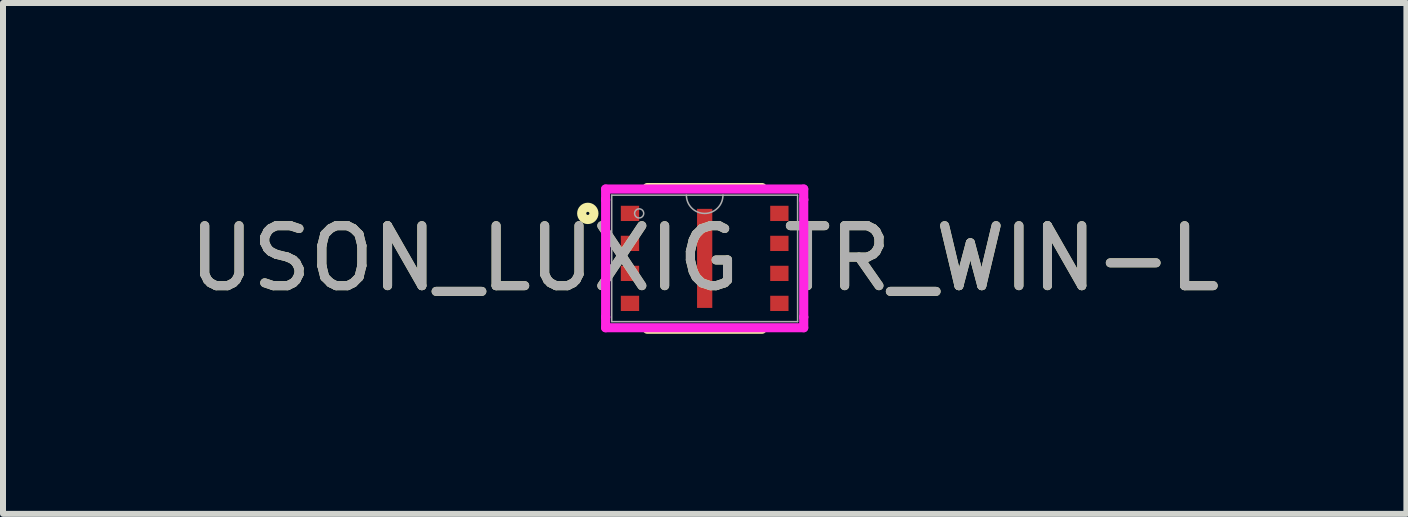
<source format=kicad_pcb>
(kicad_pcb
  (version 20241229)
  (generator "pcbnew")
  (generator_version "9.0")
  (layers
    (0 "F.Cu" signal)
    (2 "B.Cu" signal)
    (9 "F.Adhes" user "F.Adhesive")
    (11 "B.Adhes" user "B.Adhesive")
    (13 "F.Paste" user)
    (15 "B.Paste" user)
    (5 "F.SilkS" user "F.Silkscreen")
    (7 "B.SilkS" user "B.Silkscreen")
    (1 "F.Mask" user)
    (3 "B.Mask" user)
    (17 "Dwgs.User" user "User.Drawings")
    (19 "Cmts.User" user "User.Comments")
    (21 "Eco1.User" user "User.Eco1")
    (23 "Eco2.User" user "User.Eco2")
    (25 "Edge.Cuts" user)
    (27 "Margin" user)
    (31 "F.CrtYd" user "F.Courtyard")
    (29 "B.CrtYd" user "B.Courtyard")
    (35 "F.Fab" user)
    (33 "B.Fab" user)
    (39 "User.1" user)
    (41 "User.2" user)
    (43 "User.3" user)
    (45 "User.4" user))
  (footprint "USON_LUXIG TR_WIN-L"
    (layer "F.Cu")
    (at 8.696 1.257)
    (property "Reference" "USON_LUXIG TR_WIN-L" (at 0 0 0) (unlocked yes) (layer "F.SilkS") (effects (font (size 1 1) (thickness 0.15))))
    (attr smd)
    (fp_line (start -0.957 1.181) (end 0.957 1.181) (stroke (width 0.152) (type solid)) (layer "F.SilkS"))
    (fp_line (start 0.957 -1.181) (end -0.957 -1.181) (stroke (width 0.152) (type solid)) (layer "F.SilkS"))
    (fp_circle (center -1.948 -0.75) (end -1.846 -0.75) (stroke (width 0.152) (type solid)) (fill no) (layer "F.SilkS"))
    (fp_line (start -1.651 -1.156) (end 1.651 -1.156) (stroke (width 0.152) (type solid)) (layer "F.CrtYd"))
    (fp_line (start -1.651 -0.979) (end -1.651 -1.156) (stroke (width 0.152) (type solid)) (layer "F.CrtYd"))
    (fp_line (start -1.651 -0.979) (end -1.651 -0.979) (stroke (width 0.152) (type solid)) (layer "F.CrtYd"))
    (fp_line (start -1.651 0.979) (end -1.651 -0.979) (stroke (width 0.152) (type solid)) (layer "F.CrtYd"))
    (fp_line (start -1.651 0.979) (end -1.651 0.979) (stroke (width 0.152) (type solid)) (layer "F.CrtYd"))
    (fp_line (start -1.651 1.156) (end -1.651 0.979) (stroke (width 0.152) (type solid)) (layer "F.CrtYd"))
    (fp_line (start 1.651 -1.156) (end 1.651 -0.979) (stroke (width 0.152) (type solid)) (layer "F.CrtYd"))
    (fp_line (start 1.651 -0.979) (end 1.651 -0.979) (stroke (width 0.152) (type solid)) (layer "F.CrtYd"))
    (fp_line (start 1.651 -0.979) (end 1.651 0.979) (stroke (width 0.152) (type solid)) (layer "F.CrtYd"))
    (fp_line (start 1.651 0.979) (end 1.651 0.979) (stroke (width 0.152) (type solid)) (layer "F.CrtYd"))
    (fp_line (start 1.651 0.979) (end 1.651 1.156) (stroke (width 0.152) (type solid)) (layer "F.CrtYd"))
    (fp_line (start 1.651 1.156) (end -1.651 1.156) (stroke (width 0.152) (type solid)) (layer "F.CrtYd"))
    (fp_line (start -1.549 -1.054) (end -1.549 1.054) (stroke (width 0.025) (type solid)) (layer "F.Fab"))
    (fp_line (start -1.549 1.054) (end 1.549 1.054) (stroke (width 0.025) (type solid)) (layer "F.Fab"))
    (fp_line (start 1.549 -1.054) (end -1.549 -1.054) (stroke (width 0.025) (type solid)) (layer "F.Fab"))
    (fp_line (start 1.549 1.054) (end 1.549 -1.054) (stroke (width 0.025) (type solid)) (layer "F.Fab"))
    (fp_arc (start 0.3048 -1.0541) (mid 0 -0.7493) (end -0.3048 -1.0541) (stroke (width 0.0254) (type solid)) (layer "F.Fab"))
    (fp_circle (center -1.092 -0.75) (end -1.016 -0.75) (stroke (width 0.025) (type solid)) (fill no) (layer "F.Fab"))
    (fp_text user "${REFERENCE}" (at 0 0 0) (unlocked yes) (layer "F.Fab") (effects (font (size 1 1) (thickness 0.15))))
    (pad "1" smd rect (at -1.245 -0.75) (size 0.305 0.254) (layers "F.Cu" "F.Mask" "F.Paste"))
    (pad "2" smd rect (at -1.245 -0.25) (size 0.305 0.254) (layers "F.Cu" "F.Mask" "F.Paste"))
    (pad "3" smd rect (at -1.245 0.25) (size 0.305 0.254) (layers "F.Cu" "F.Mask" "F.Paste"))
    (pad "4" smd rect (at -1.245 0.75) (size 0.305 0.254) (layers "F.Cu" "F.Mask" "F.Paste"))
    (pad "5" smd rect (at 1.245 0.75) (size 0.305 0.254) (layers "F.Cu" "F.Mask" "F.Paste"))
    (pad "6" smd rect (at 1.245 0.25) (size 0.305 0.254) (layers "F.Cu" "F.Mask" "F.Paste"))
    (pad "7" smd rect (at 1.245 -0.25) (size 0.305 0.254) (layers "F.Cu" "F.Mask" "F.Paste"))
    (pad "8" smd rect (at 1.245 -0.75) (size 0.305 0.254) (layers "F.Cu" "F.Mask" "F.Paste"))
    (pad "9" smd rect (at 0 0) (size 0.254 1.651) (layers "F.Cu" "F.Mask" "F.Paste")))
  (gr_rect
    (start -3 -3)
    (end 20.393 5.515)
    (stroke (width 0.1) (type default))
    (fill no)
    (layer "Edge.Cuts")))
</source>
